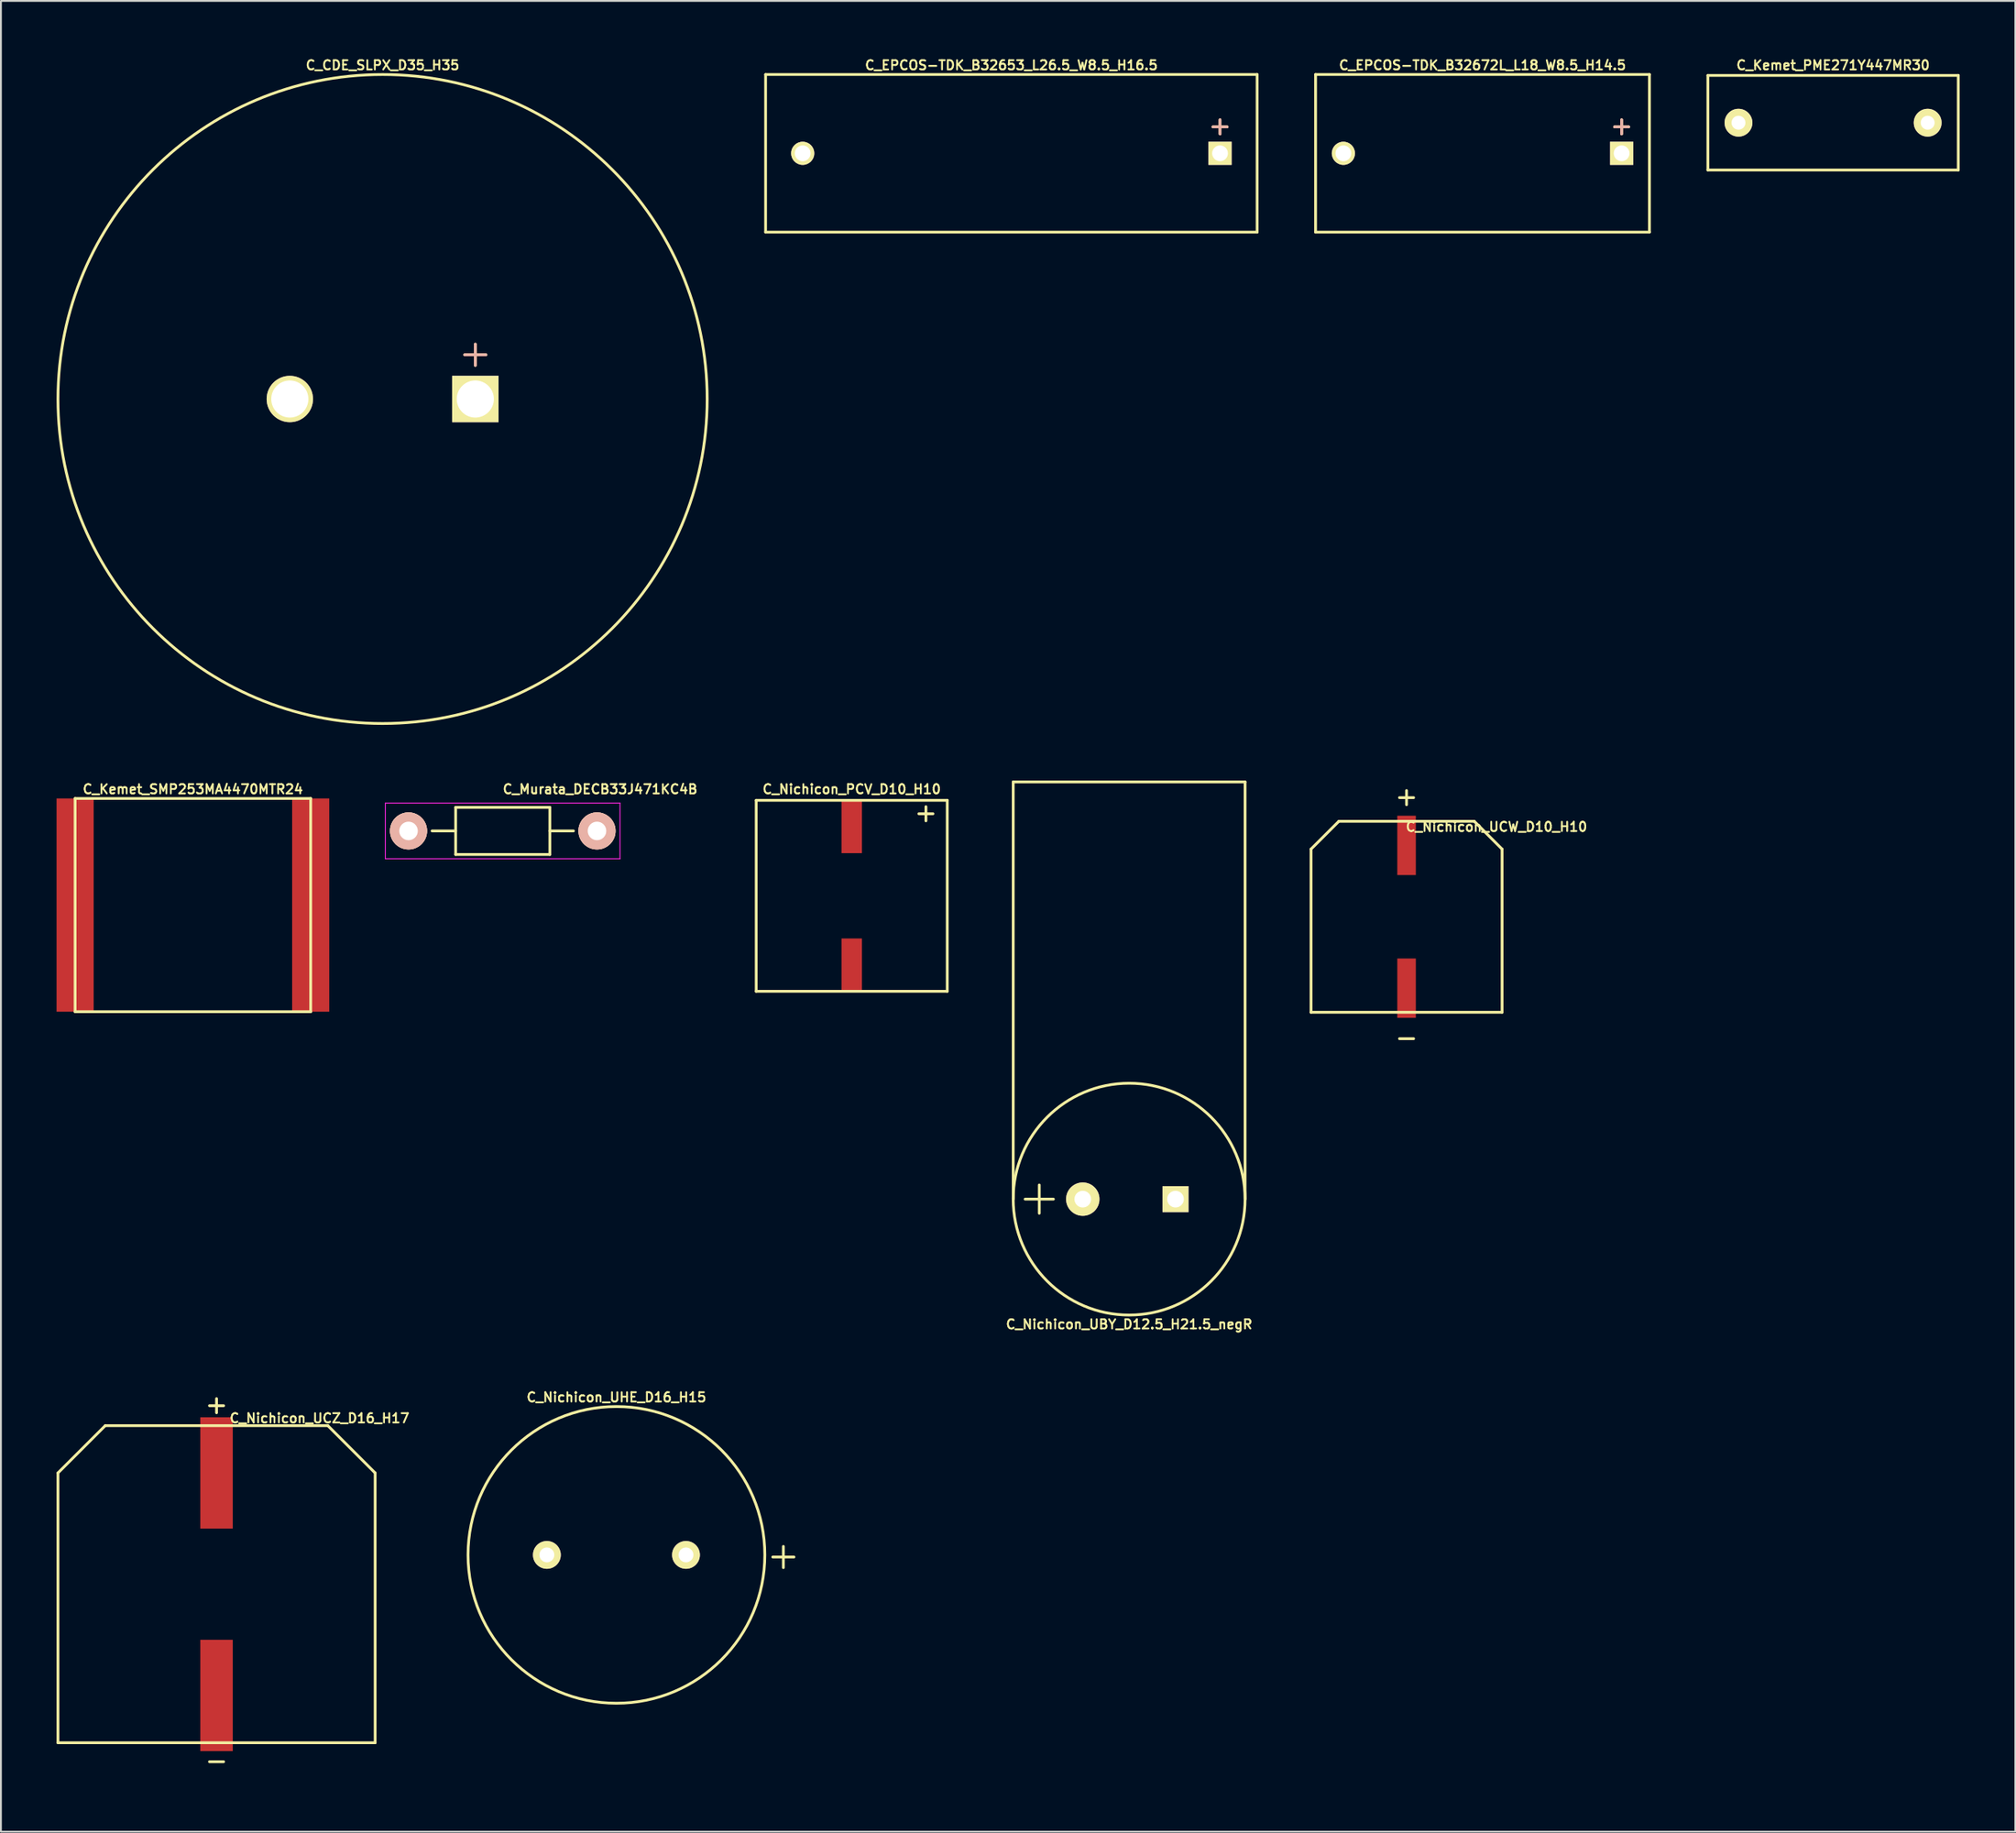
<source format=kicad_pcb>
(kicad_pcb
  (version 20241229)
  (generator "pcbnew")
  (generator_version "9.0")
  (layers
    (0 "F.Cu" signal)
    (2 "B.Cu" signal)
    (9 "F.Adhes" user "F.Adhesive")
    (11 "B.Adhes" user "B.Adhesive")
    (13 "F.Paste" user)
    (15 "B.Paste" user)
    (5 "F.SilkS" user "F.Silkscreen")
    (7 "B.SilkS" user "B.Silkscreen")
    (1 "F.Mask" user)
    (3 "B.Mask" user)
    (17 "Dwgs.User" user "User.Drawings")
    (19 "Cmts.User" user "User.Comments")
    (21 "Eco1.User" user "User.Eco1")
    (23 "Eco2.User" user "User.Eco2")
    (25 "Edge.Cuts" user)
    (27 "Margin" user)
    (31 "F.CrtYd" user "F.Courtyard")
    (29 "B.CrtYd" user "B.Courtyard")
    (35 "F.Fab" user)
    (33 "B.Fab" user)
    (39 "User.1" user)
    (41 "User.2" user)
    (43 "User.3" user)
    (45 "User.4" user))
  (footprint "C_Kemet_SMP253MA4470MTR24"
    (layer "F.Cu")
    (at 7.35 45.761)
    (property "Reference" "C_Kemet_SMP253MA4470MTR24" (at 0 -6.25 0) (layer "F.SilkS") (effects (font (size 0.5 0.5) (thickness 0.1))))
    (attr through_hole)
    (fp_line (start -6.35 -5.75) (end -6.35 5.75) (stroke (width 0.15) (type solid)) (layer "F.SilkS"))
    (fp_line (start -6.35 -5.75) (end 6.35 -5.75) (stroke (width 0.15) (type solid)) (layer "F.SilkS"))
    (fp_line (start -6.35 5.75) (end 6.35 5.75) (stroke (width 0.15) (type solid)) (layer "F.SilkS"))
    (fp_line (start 6.35 -5.75) (end 6.35 5.75) (stroke (width 0.15) (type solid)) (layer "F.SilkS"))
    (pad "1" smd rect (at -6.35 0) (size 2 11.5) (layers "F.Cu" "F.Mask" "F.Paste"))
    (pad "2" smd rect (at 6.35 0) (size 2 11.5) (layers "F.Cu" "F.Mask" "F.Paste")))
  (footprint "C_Nichicon_UCW_D10_H10"
    (layer "F.Cu")
    (at 72.78 46.391)
    (property "Reference" "C_Nichicon_UCW_D10_H10" (at 4.85 -4.85 180) (layer "F.SilkS") (effects (font (size 0.5 0.5) (thickness 0.1))))
    (attr through_hole)
    (fp_line (start -5.15 -3.65) (end -5.15 5.15) (stroke (width 0.15) (type solid)) (layer "F.SilkS"))
    (fp_line (start -5.15 -3.65) (end -3.65 -5.15) (stroke (width 0.15) (type solid)) (layer "F.SilkS"))
    (fp_line (start -5.15 5.15) (end 5.15 5.15) (stroke (width 0.15) (type solid)) (layer "F.SilkS"))
    (fp_line (start -3.65 -5.15) (end 3.65 -5.15) (stroke (width 0.15) (type solid)) (layer "F.SilkS"))
    (fp_line (start 5.15 -3.65) (end 3.65 -5.15) (stroke (width 0.15) (type solid)) (layer "F.SilkS"))
    (fp_line (start 5.15 -3.65) (end 5.15 5.15) (stroke (width 0.15) (type solid)) (layer "F.SilkS"))
    (fp_text user "-" (at 0 6.5 0) (layer "F.SilkS") (effects (font (size 1 1) (thickness 0.15))))
    (fp_text user "+" (at 0 -6.5 0) (layer "F.SilkS") (effects (font (size 1 1) (thickness 0.15))))
    (pad "1" smd rect (at 0 -3.85) (size 1 3.2) (layers "F.Cu" "F.Mask" "F.Paste"))
    (pad "2" smd rect (at 0 3.85) (size 1 3.2) (layers "F.Cu" "F.Mask" "F.Paste")))
  (footprint "C_Murata_DECB33J471KC4B"
    (layer "F.Cu")
    (at 24.055 41.761)
    (property "Reference" "C_Murata_DECB33J471KC4B" (at 5.25 -2.25 0) (layer "F.SilkS") (effects (font (size 0.5 0.5) (thickness 0.1))))
    (attr through_hole)
    (fp_line (start -2.54 -1.27) (end 2.54 -1.27) (stroke (width 0.15) (type solid)) (layer "F.SilkS"))
    (fp_line (start -2.54 0) (end -3.81 0) (stroke (width 0.15) (type solid)) (layer "F.SilkS"))
    (fp_line (start -2.54 1.27) (end -2.54 -1.27) (stroke (width 0.15) (type solid)) (layer "F.SilkS"))
    (fp_line (start 2.54 -1.27) (end 2.54 1.27) (stroke (width 0.15) (type solid)) (layer "F.SilkS"))
    (fp_line (start 2.54 0) (end 3.81 0) (stroke (width 0.15) (type solid)) (layer "F.SilkS"))
    (fp_line (start 2.54 1.27) (end -2.54 1.27) (stroke (width 0.15) (type solid)) (layer "F.SilkS"))
    (fp_line (start -6.33 -1.5) (end 6.32 -1.5) (stroke (width 0.05) (type solid)) (layer "F.CrtYd"))
    (fp_line (start -6.33 1.5) (end -6.33 -1.5) (stroke (width 0.05) (type solid)) (layer "F.CrtYd"))
    (fp_line (start -6.33 1.5) (end 6.32 1.5) (stroke (width 0.05) (type solid)) (layer "F.CrtYd"))
    (fp_line (start 6.32 -1.5) (end 6.32 1.5) (stroke (width 0.05) (type solid)) (layer "F.CrtYd"))
    (pad "1" thru_hole circle (at -5.08 0) (size 2 2) (drill 1) (layers "*.Cu" "*.SilkS" "*.Mask"))
    (pad "2" thru_hole circle (at 5.08 0) (size 2 2) (drill 1) (layers "*.Cu" "*.SilkS" "*.Mask")))
  (footprint "C_EPCOS-TDK_B32653_L26.5_W8.5_H16.5"
    (layer "F.Cu")
    (at 51.475 5.218)
    (property "Reference" "C_EPCOS-TDK_B32653_L26.5_W8.5_H16.5" (at 0 -4.75 180) (layer "F.SilkS") (effects (font (size 0.5 0.5) (thickness 0.1))))
    (attr through_hole)
    (fp_line (start -13.25 -4.25) (end -13.25 4.25) (stroke (width 0.15) (type solid)) (layer "F.SilkS"))
    (fp_line (start -13.25 -4.25) (end 13.25 -4.25) (stroke (width 0.15) (type solid)) (layer "F.SilkS"))
    (fp_line (start -13.25 4.25) (end 13.25 4.25) (stroke (width 0.15) (type solid)) (layer "F.SilkS"))
    (fp_line (start 13.25 -4.25) (end 13.25 4.25) (stroke (width 0.15) (type solid)) (layer "F.SilkS"))
    (fp_text user "+" (at 11.25 -1.5 0) (layer "F.SilkS") (effects (font (size 1 1) (thickness 0.15))))
    (fp_text user "+" (at 11.25 -1.5 0) (layer "B.SilkS") (effects (font (size 1 1) (thickness 0.15)) (justify mirror)))
    (pad "1" thru_hole rect (at 11.25 0) (size 1.25 1.25) (drill 0.85) (layers "*.Cu" "*.Mask" "F.SilkS"))
    (pad "2" thru_hole circle (at -11.25 0) (size 1.25 1.25) (drill 0.85) (layers "*.Cu" "*.Mask" "F.SilkS")))
  (footprint "C_Nichicon_UBY_D12.5_H21.5_negR"
    (layer "F.Cu")
    (at 57.824 61.618)
    (property "Reference" "C_Nichicon_UBY_D12.5_H21.5_negR" (at 0 6.75 180) (layer "F.SilkS") (effects (font (size 0.5 0.5) (thickness 0.1))))
    (attr through_hole)
    (fp_line (start -6.25 0) (end -6.25 -22.5) (stroke (width 0.15) (type solid)) (layer "F.SilkS"))
    (fp_line (start 6.25 -22.5) (end -6.25 -22.5) (stroke (width 0.15) (type solid)) (layer "F.SilkS"))
    (fp_line (start 6.25 0) (end 6.25 -22.5) (stroke (width 0.15) (type solid)) (layer "F.SilkS"))
    (fp_circle (center 0 0) (end 0 -6.25) (stroke (width 0.15) (type solid)) (fill no) (layer "F.SilkS"))
    (fp_text user "+" (at -5 0 90) (layer "F.SilkS") (effects (font (size 2 2) (thickness 0.15))))
    (pad "1" thru_hole circle (at -2.5 0) (size 1.8 1.8) (drill 0.9) (layers "*.Cu" "*.Mask" "F.SilkS"))
    (pad "2" thru_hole rect (at 2.5 0) (size 1.4 1.4) (drill 0.9) (layers "*.Cu" "*.Mask" "F.SilkS")))
  (footprint "C_Nichicon_PCV_D10_H10"
    (layer "F.Cu")
    (at 42.868 45.261)
    (property "Reference" "C_Nichicon_PCV_D10_H10" (at 0 -5.75 0) (layer "F.SilkS") (effects (font (size 0.5 0.5) (thickness 0.1))))
    (attr through_hole)
    (fp_line (start -5.15 -5.15) (end -5.15 5.15) (stroke (width 0.15) (type solid)) (layer "F.SilkS"))
    (fp_line (start -5.15 -5.15) (end 5.15 -5.15) (stroke (width 0.15) (type solid)) (layer "F.SilkS"))
    (fp_line (start -5.15 5.15) (end 5.15 5.15) (stroke (width 0.15) (type solid)) (layer "F.SilkS"))
    (fp_line (start 5.15 -5.15) (end 5.15 5.15) (stroke (width 0.15) (type solid)) (layer "F.SilkS"))
    (fp_text user "+" (at 4 -4.5 0) (layer "F.SilkS") (effects (font (size 1 1) (thickness 0.15))))
    (pad "1" smd rect (at 0 -3.725) (size 1.1 2.85) (layers "F.Cu" "F.Mask" "F.Paste"))
    (pad "2" smd rect (at 0 3.725) (size 1.1 2.85) (layers "F.Cu" "F.Mask" "F.Paste")))
  (footprint "C_Kemet_PME271Y447MR30"
    (layer "F.Cu")
    (at 95.775 3.568)
    (property "Reference" "C_Kemet_PME271Y447MR30" (at 0 -3.1 0) (layer "F.SilkS") (effects (font (size 0.5 0.5) (thickness 0.1))))
    (attr through_hole)
    (fp_line (start -6.75 -2.55) (end -6.75 2.55) (stroke (width 0.15) (type solid)) (layer "F.SilkS"))
    (fp_line (start -6.75 -2.55) (end 6.75 -2.55) (stroke (width 0.15) (type solid)) (layer "F.SilkS"))
    (fp_line (start -6.75 2.55) (end 6.75 2.55) (stroke (width 0.15) (type solid)) (layer "F.SilkS"))
    (fp_line (start 6.75 -2.55) (end 6.75 2.55) (stroke (width 0.15) (type solid)) (layer "F.SilkS"))
    (pad "1" thru_hole circle (at -5.1 0) (size 1.5 1.5) (drill 0.75) (layers "*.Cu" "*.Mask" "F.SilkS"))
    (pad "2" thru_hole circle (at 5.1 0) (size 1.5 1.5) (drill 0.75) (layers "*.Cu" "*.Mask" "F.SilkS")))
  (footprint "C_CDE_SLPX_D35_H35"
    (layer "F.Cu")
    (at 17.575 18.468)
    (property "Reference" "C_CDE_SLPX_D35_H35" (at 0 -18 0) (layer "F.SilkS") (effects (font (size 0.5 0.5) (thickness 0.1))))
    (attr through_hole)
    (fp_circle (center 0 0) (end 0 -17.5) (stroke (width 0.15) (type solid)) (fill no) (layer "F.SilkS"))
    (fp_text user "+" (at 5 -2.5 0) (layer "F.SilkS") (effects (font (size 1.5 1.5) (thickness 0.15))))
    (fp_text user "+" (at 5 -2.5 0) (layer "B.SilkS") (effects (font (size 1.5 1.5) (thickness 0.15)) (justify mirror)))
    (pad "1" thru_hole rect (at 5 0) (size 2.5 2.5) (drill 2) (layers "*.Cu" "*.Mask" "F.SilkS"))
    (pad "2" thru_hole circle (at -5 0) (size 2.5 2.5) (drill 2) (layers "*.Cu" "*.Mask" "F.SilkS")))
  (footprint "C_Nichicon_UCZ_D16_H17"
    (layer "F.Cu")
    (at 8.625 82.384)
    (property "Reference" "C_Nichicon_UCZ_D16_H17" (at 5.55 -8.95 180) (layer "F.SilkS") (effects (font (size 0.5 0.5) (thickness 0.1))))
    (attr through_hole)
    (fp_line (start -8.55 -6) (end -8.55 8.55) (stroke (width 0.15) (type solid)) (layer "F.SilkS"))
    (fp_line (start -8.55 -6) (end -6 -8.55) (stroke (width 0.15) (type solid)) (layer "F.SilkS"))
    (fp_line (start -8.55 8.55) (end 8.55 8.55) (stroke (width 0.15) (type solid)) (layer "F.SilkS"))
    (fp_line (start -6 -8.55) (end 6 -8.55) (stroke (width 0.15) (type solid)) (layer "F.SilkS"))
    (fp_line (start 8.55 -6) (end 6 -8.55) (stroke (width 0.15) (type solid)) (layer "F.SilkS"))
    (fp_line (start 8.55 -6) (end 8.55 8.55) (stroke (width 0.15) (type solid)) (layer "F.SilkS"))
    (fp_text user "+" (at 0 -9.7 0) (layer "F.SilkS") (effects (font (size 1 1) (thickness 0.15))))
    (fp_text user "-" (at 0 9.5 0) (layer "F.SilkS") (effects (font (size 1 1) (thickness 0.15))))
    (pad "1" smd rect (at 0 -6) (size 1.75 6) (layers "F.Cu" "F.Mask" "F.Paste"))
    (pad "2" smd rect (at 0 6) (size 1.75 6) (layers "F.Cu" "F.Mask" "F.Paste")))
  (footprint "C_Nichicon_UHE_D16_H15"
    (layer "F.Cu")
    (at 30.183 80.804)
    (property "Reference" "C_Nichicon_UHE_D16_H15" (at 0 -8.5 0) (layer "F.SilkS") (effects (font (size 0.5 0.5) (thickness 0.1))))
    (attr through_hole)
    (fp_circle (center 0 0) (end 0 -8) (stroke (width 0.15) (type solid)) (fill no) (layer "F.SilkS"))
    (fp_text user "+" (at 9 0 0) (layer "F.SilkS") (effects (font (size 1.5 1.5) (thickness 0.15))))
    (pad "1" thru_hole circle (at 3.75 0) (size 1.5 1.5) (drill 0.8) (layers "*.Cu" "*.Mask" "F.SilkS"))
    (pad "2" thru_hole circle (at -3.75 0) (size 1.5 1.5) (drill 0.8) (layers "*.Cu" "*.Mask" "F.SilkS")))
  (footprint "C_EPCOS-TDK_B32672L_L18_W8.5_H14.5"
    (layer "F.Cu")
    (at 76.875 5.218)
    (property "Reference" "C_EPCOS-TDK_B32672L_L18_W8.5_H14.5" (at 0 -4.75 180) (layer "F.SilkS") (effects (font (size 0.5 0.5) (thickness 0.1))))
    (attr through_hole)
    (fp_line (start -9 -4.25) (end -9 4.25) (stroke (width 0.15) (type solid)) (layer "F.SilkS"))
    (fp_line (start -9 -4.25) (end 9 -4.25) (stroke (width 0.15) (type solid)) (layer "F.SilkS"))
    (fp_line (start -9 4.25) (end 9 4.25) (stroke (width 0.15) (type solid)) (layer "F.SilkS"))
    (fp_line (start 9 -4.25) (end 9 4.25) (stroke (width 0.15) (type solid)) (layer "F.SilkS"))
    (fp_text user "+" (at 7.5 -1.5 0) (layer "F.SilkS") (effects (font (size 1 1) (thickness 0.15))))
    (fp_text user "+" (at 7.5 -1.5 0) (layer "B.SilkS") (effects (font (size 1 1) (thickness 0.15)) (justify mirror)))
    (pad "1" thru_hole rect (at 7.5 0) (size 1.25 1.25) (drill 0.85) (layers "*.Cu" "*.Mask" "F.SilkS"))
    (pad "2" thru_hole circle (at -7.5 0) (size 1.25 1.25) (drill 0.85) (layers "*.Cu" "*.Mask" "F.SilkS")))
  (gr_rect
    (start -3 -3)
    (end 105.6 95.733)
    (stroke (width 0.1) (type default))
    (fill no)
    (layer "Edge.Cuts")))
</source>
